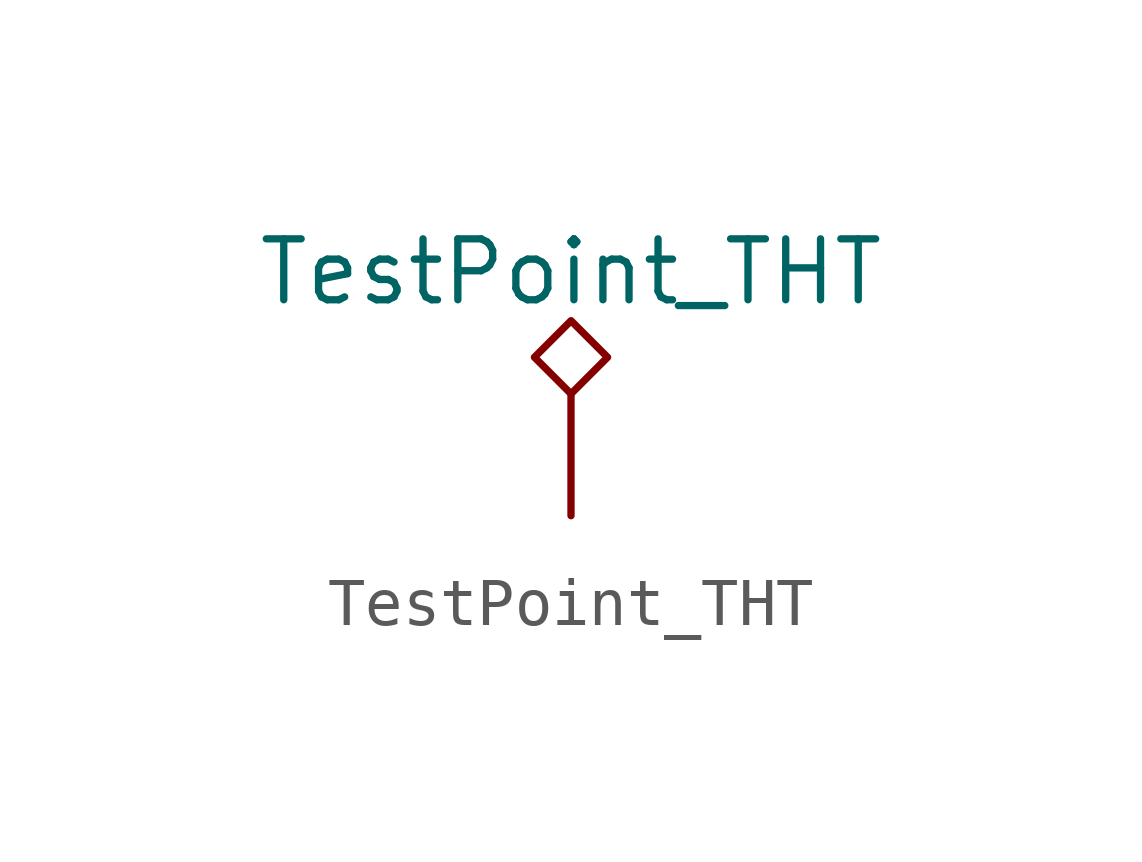
<source format=kicad_sym>
(kicad_symbol_lib
  (version 20231120)
  (generator "kicad_symbol_editor")
  (generator_version "8.0")
  (symbol "TestPoint_THT"
    (pin_numbers hide)
    (pin_names
      (offset 0.762) hide)
    (property "Reference" "TP"
      (at 0 6.858 0)
      (effects (font (size 1.27 1.27)) (hide yes)))
    (property "Value" "TestPoint_THT"
      (at 0 5.08 0)
      (effects (font (size 1.27 1.27))))
    (symbol "TestPoint_THT_0_1"
      (polyline (pts (xy 0 2.54) (xy -0.762 3.302) (xy 0 4.064) (xy 0.762 3.302) (xy 0 2.54)) (stroke (width 0) (type default)) (fill (type none))))
    (symbol "TestPoint_THT_1_1"
      (pin passive line (at 0 0 90) (length 2.54) (name "1" (effects (font (size 1.27 1.27)))) (number "1" (effects (font (size 1.27 1.27))))))))
</source>
